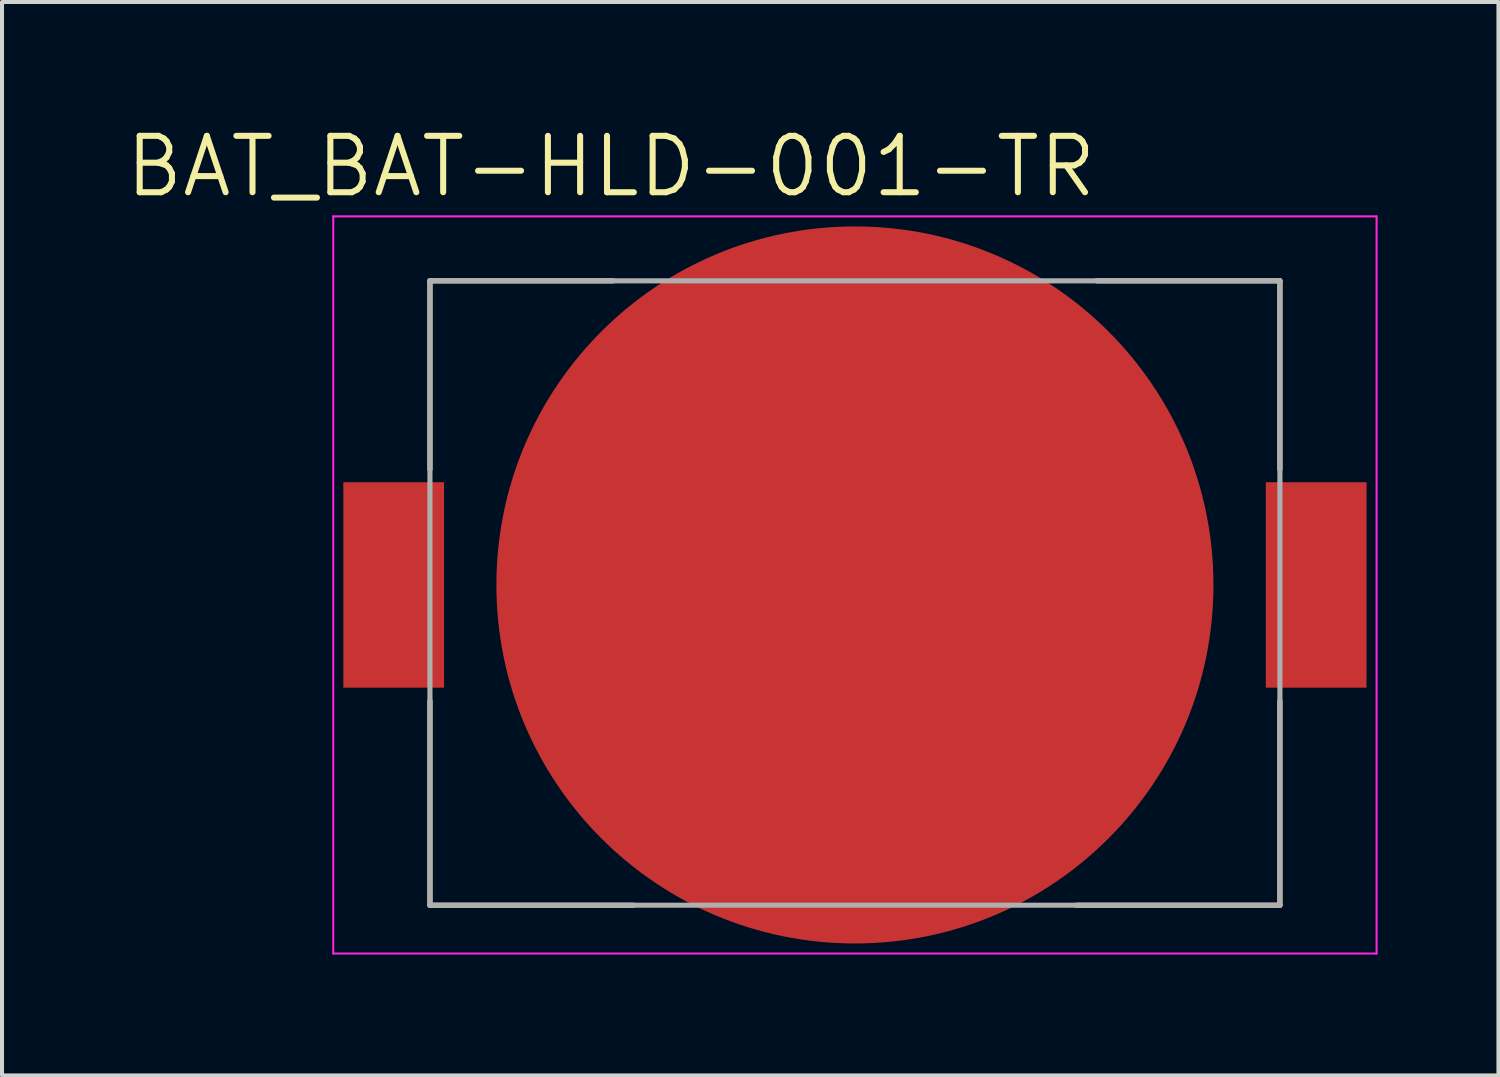
<source format=kicad_pcb>
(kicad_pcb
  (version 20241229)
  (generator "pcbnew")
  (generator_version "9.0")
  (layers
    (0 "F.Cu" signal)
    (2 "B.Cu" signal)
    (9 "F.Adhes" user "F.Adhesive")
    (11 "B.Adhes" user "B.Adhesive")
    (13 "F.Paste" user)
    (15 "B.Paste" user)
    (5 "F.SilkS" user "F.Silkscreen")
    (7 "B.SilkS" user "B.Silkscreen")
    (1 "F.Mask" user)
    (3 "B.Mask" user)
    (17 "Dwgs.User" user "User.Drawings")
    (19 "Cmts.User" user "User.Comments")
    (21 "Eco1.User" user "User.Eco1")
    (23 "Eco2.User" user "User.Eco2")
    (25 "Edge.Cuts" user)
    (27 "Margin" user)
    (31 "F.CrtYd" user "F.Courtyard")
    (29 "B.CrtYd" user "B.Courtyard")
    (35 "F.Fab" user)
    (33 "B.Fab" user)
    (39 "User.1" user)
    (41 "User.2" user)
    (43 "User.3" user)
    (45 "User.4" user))
  (footprint "BAT_BAT-HLD-001-TR"
    (layer "F.Cu")
    (at 18.173 11.471)
    (property "Reference" "BAT_BAT-HLD-001-TR" (at -6.055 -10.389 0) (layer "F.SilkS") (effects (font (size 1.4 1.4) (thickness 0.15))))
    (attr smd)
    (fp_line (start -10.55 -7.55) (end -6 -7.55) (stroke (width 0.127) (type solid)) (layer "F.SilkS"))
    (fp_line (start -10.55 -2.87) (end -10.55 -7.55) (stroke (width 0.127) (type solid)) (layer "F.SilkS"))
    (fp_line (start -10.55 2.87) (end -10.55 7.95) (stroke (width 0.127) (type solid)) (layer "F.SilkS"))
    (fp_line (start -10.55 7.95) (end -5.5 7.95) (stroke (width 0.127) (type solid)) (layer "F.SilkS"))
    (fp_line (start 5.5 7.95) (end 10.55 7.95) (stroke (width 0.127) (type solid)) (layer "F.SilkS"))
    (fp_line (start 6 -7.55) (end 10.55 -7.55) (stroke (width 0.127) (type solid)) (layer "F.SilkS"))
    (fp_line (start 10.55 -7.55) (end 10.55 -2.87) (stroke (width 0.127) (type solid)) (layer "F.SilkS"))
    (fp_line (start 10.55 7.95) (end 10.55 2.87) (stroke (width 0.127) (type solid)) (layer "F.SilkS"))
    (fp_line (start -12.95 -9.15) (end 12.95 -9.15) (stroke (width 0.05) (type solid)) (layer "F.CrtYd"))
    (fp_line (start -12.95 9.15) (end -12.95 -9.15) (stroke (width 0.05) (type solid)) (layer "F.CrtYd"))
    (fp_line (start 12.95 -9.15) (end 12.95 9.15) (stroke (width 0.05) (type solid)) (layer "F.CrtYd"))
    (fp_line (start 12.95 9.15) (end -12.95 9.15) (stroke (width 0.05) (type solid)) (layer "F.CrtYd"))
    (fp_line (start -10.55 -7.55) (end 10.55 -7.55) (stroke (width 0.127) (type solid)) (layer "F.Fab"))
    (fp_line (start -10.55 7.95) (end -10.55 -7.55) (stroke (width 0.127) (type solid)) (layer "F.Fab"))
    (fp_line (start 10.55 -7.55) (end 10.55 7.95) (stroke (width 0.127) (type solid)) (layer "F.Fab"))
    (fp_line (start 10.55 7.95) (end -10.55 7.95) (stroke (width 0.127) (type solid)) (layer "F.Fab"))
    (pad "N1" smd circle (at 0 0) (size 17.8 17.8) (layers "F.Cu" "F.Mask"))
    (pad "P1" smd rect (at -11.45 0) (size 2.5 5.1) (layers "F.Cu" "F.Mask" "F.Paste"))
    (pad "P2" smd rect (at 11.45 0) (size 2.5 5.1) (layers "F.Cu" "F.Mask" "F.Paste")))
  (gr_rect
    (start -3 -3)
    (end 34.148 23.646)
    (stroke (width 0.1) (type default))
    (fill no)
    (layer "Edge.Cuts")))
</source>
